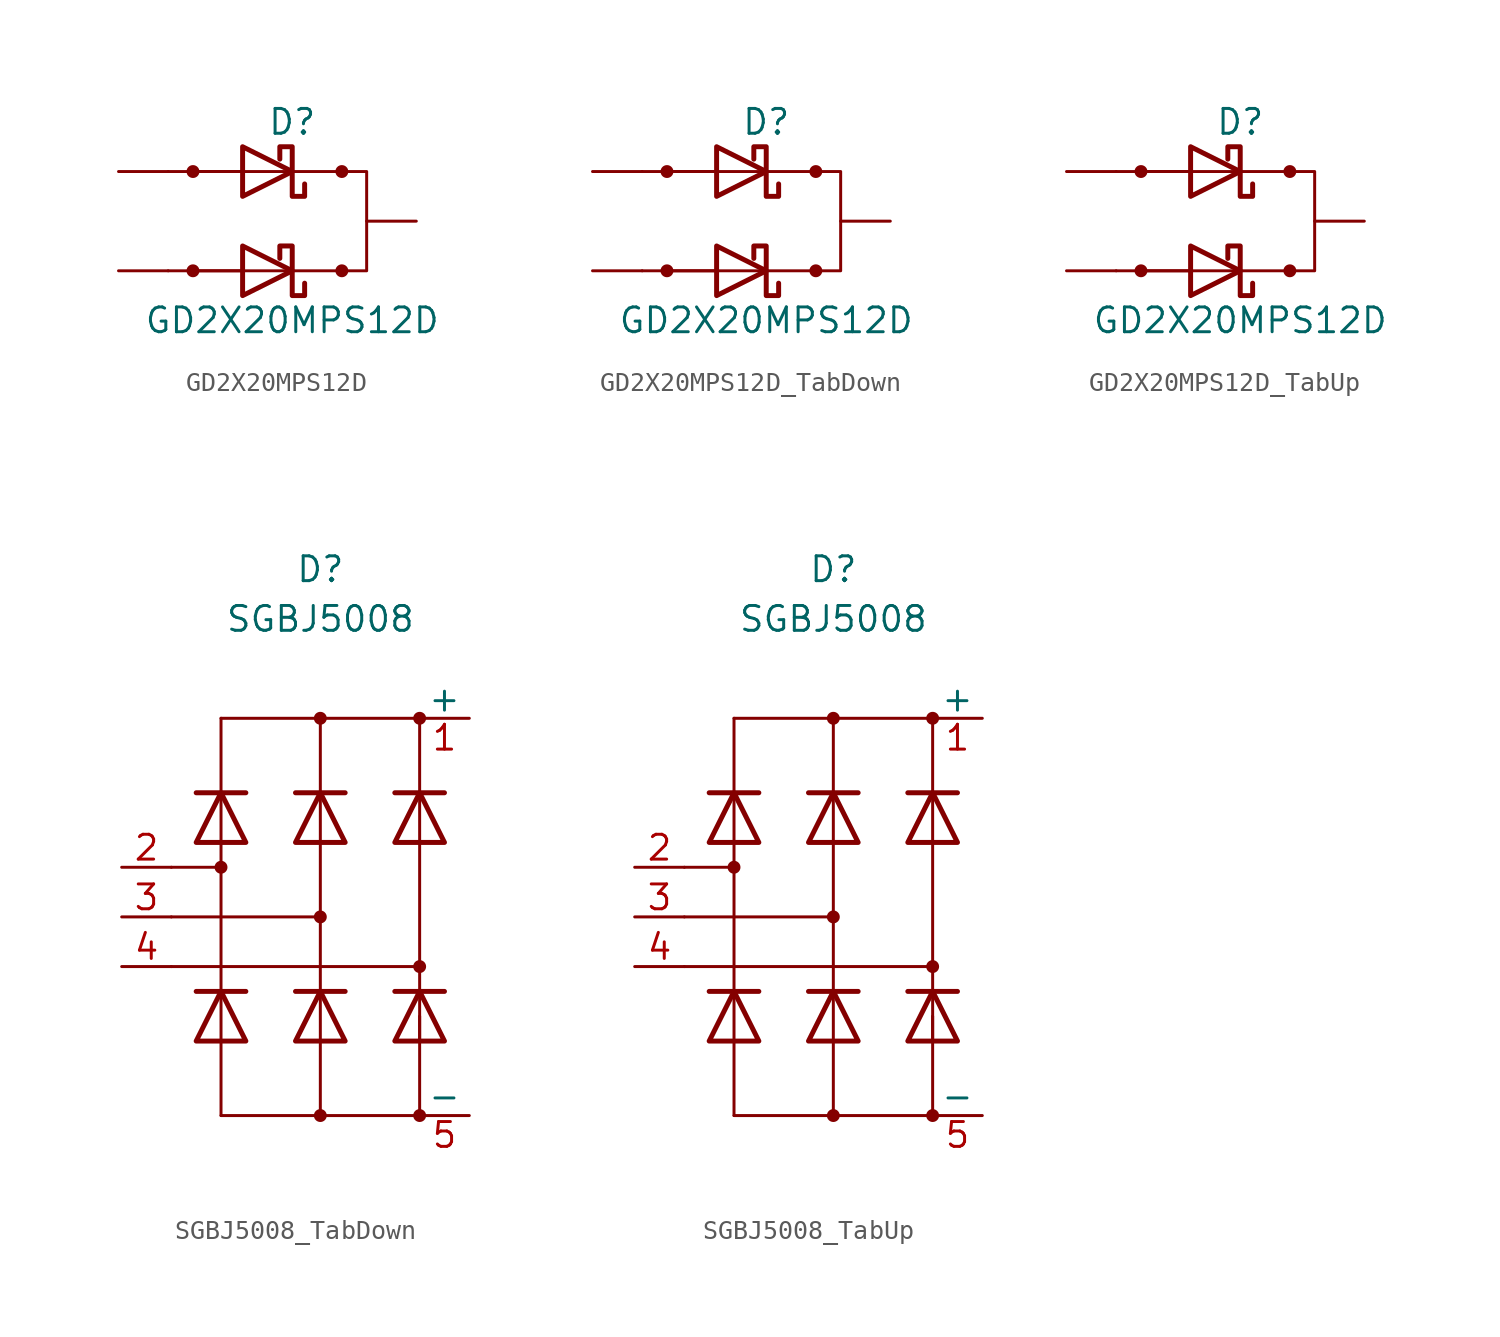
<source format=kicad_sym>
(kicad_symbol_lib
  (version 20220914)
  (generator kicad_symbol_editor)
  (symbol "GD2X20MPS12D"
    (pin_numbers hide)
    (pin_names
      (offset 1.016) hide)
    (property "Reference" "D"
      (at 0 5.08 0)
      (effects (font (size 1.27 1.27))))
    (property "Value" "GD2X20MPS12D"
      (at 0 -5.08 0)
      (effects (font (size 1.27 1.27))))
    (symbol "GD2X20MPS12D_0_1"
      (circle (center -5.08 -2.54) (radius 0.254) (stroke (width 0) (type default)) (fill (type outline)))
      (circle (center -5.08 2.54) (radius 0.254) (stroke (width 0) (type default)) (fill (type outline)))
      (polyline (pts (xy -6.35 -2.54) (xy -5.08 -2.54)) (stroke (width 0) (type default)) (fill (type none)))
      (polyline (pts (xy -6.35 2.54) (xy -5.08 2.54)) (stroke (width 0) (type default)) (fill (type none)))
      (polyline (pts (xy -5.08 -2.54) (xy -2.54 -2.54)) (stroke (width 0) (type default)) (fill (type none)))
      (polyline (pts (xy -5.08 -2.54) (xy -2.54 -2.54)) (stroke (width 0) (type default)) (fill (type none)))
      (polyline (pts (xy -5.08 2.54) (xy -2.54 2.54)) (stroke (width 0) (type default)) (fill (type none)))
      (polyline (pts (xy -5.08 2.54) (xy -2.54 2.54)) (stroke (width 0) (type default)) (fill (type none)))
      (polyline (pts (xy -2.54 -2.54) (xy 0 -2.54)) (stroke (width 0) (type default)) (fill (type none)))
      (polyline (pts (xy -2.54 2.54) (xy 0 2.54)) (stroke (width 0) (type default)) (fill (type none)))
      (polyline (pts (xy -2.54 -3.81) (xy -2.54 -1.27) (xy 0 -2.54) (xy -2.54 -3.81)) (stroke (width 0.254) (type default)) (fill (type none)))
      (polyline (pts (xy -2.54 1.27) (xy -2.54 3.81) (xy 0 2.54) (xy -2.54 1.27)) (stroke (width 0.254) (type default)) (fill (type none)))
      (polyline (pts (xy 0 -2.54) (xy 2.54 -2.54) (xy 2.54 -2.54) (xy 2.54 -2.54)) (stroke (width 0) (type default)) (fill (type none)))
      (polyline (pts (xy 0 2.54) (xy 2.54 2.54) (xy 2.54 2.54) (xy 2.54 2.54)) (stroke (width 0) (type default)) (fill (type none)))
      (polyline (pts (xy 2.54 2.54) (xy 3.81 2.54) (xy 3.81 -2.54) (xy 2.54 -2.54)) (stroke (width 0) (type default)) (fill (type none)))
      (polyline (pts (xy 0.635 -3.175) (xy 0.635 -3.81) (xy 0 -3.81) (xy 0 -1.27) (xy -0.635 -1.27) (xy -0.635 -1.905)) (stroke (width 0.254) (type default)) (fill (type none)))
      (polyline (pts (xy 0.635 1.905) (xy 0.635 1.27) (xy 0 1.27) (xy 0 3.81) (xy -0.635 3.81) (xy -0.635 3.175)) (stroke (width 0.254) (type default)) (fill (type none)))
      (circle (center 2.54 -2.54) (radius 0.254) (stroke (width 0) (type default)) (fill (type outline)))
      (circle (center 2.54 2.54) (radius 0.254) (stroke (width 0) (type default)) (fill (type outline))))
    (symbol "GD2X20MPS12D_1_1"
      (pin passive line (at -8.89 2.54 0) (length 2.54) (name "A1" (effects (font (size 1.27 1.27)))) (number "1" (effects (font (size 1.27 1.27)))))
      (pin passive line (at 6.35 0 180) (length 2.54) (name "K" (effects (font (size 1.27 1.27)))) (number "2" (effects (font (size 1.27 1.27)))))
      (pin passive line (at -8.89 -2.54 0) (length 2.54) (name "A2" (effects (font (size 1.27 1.27)))) (number "3" (effects (font (size 1.27 1.27)))))))
  (symbol "GD2X20MPS12D_TabDown"
    (pin_numbers hide)
    (pin_names
      (offset 1.016) hide)
    (property "Reference" "D"
      (at 0 5.08 0)
      (effects (font (size 1.27 1.27))))
    (property "Value" "GD2X20MPS12D"
      (at 0 -5.08 0)
      (effects (font (size 1.27 1.27))))
    (symbol "GD2X20MPS12D_TabDown_0_1"
      (circle (center -5.08 -2.54) (radius 0.254) (stroke (width 0) (type default)) (fill (type outline)))
      (circle (center -5.08 2.54) (radius 0.254) (stroke (width 0) (type default)) (fill (type outline)))
      (polyline (pts (xy -6.35 -2.54) (xy -5.08 -2.54)) (stroke (width 0) (type default)) (fill (type none)))
      (polyline (pts (xy -6.35 2.54) (xy -5.08 2.54)) (stroke (width 0) (type default)) (fill (type none)))
      (polyline (pts (xy -5.08 -2.54) (xy -2.54 -2.54)) (stroke (width 0) (type default)) (fill (type none)))
      (polyline (pts (xy -5.08 -2.54) (xy -2.54 -2.54)) (stroke (width 0) (type default)) (fill (type none)))
      (polyline (pts (xy -5.08 2.54) (xy -2.54 2.54)) (stroke (width 0) (type default)) (fill (type none)))
      (polyline (pts (xy -5.08 2.54) (xy -2.54 2.54)) (stroke (width 0) (type default)) (fill (type none)))
      (polyline (pts (xy -2.54 -2.54) (xy 0 -2.54)) (stroke (width 0) (type default)) (fill (type none)))
      (polyline (pts (xy -2.54 2.54) (xy 0 2.54)) (stroke (width 0) (type default)) (fill (type none)))
      (polyline (pts (xy -2.54 -3.81) (xy -2.54 -1.27) (xy 0 -2.54) (xy -2.54 -3.81)) (stroke (width 0.254) (type default)) (fill (type none)))
      (polyline (pts (xy -2.54 1.27) (xy -2.54 3.81) (xy 0 2.54) (xy -2.54 1.27)) (stroke (width 0.254) (type default)) (fill (type none)))
      (polyline (pts (xy 0 -2.54) (xy 2.54 -2.54) (xy 2.54 -2.54) (xy 2.54 -2.54)) (stroke (width 0) (type default)) (fill (type none)))
      (polyline (pts (xy 0 2.54) (xy 2.54 2.54) (xy 2.54 2.54) (xy 2.54 2.54)) (stroke (width 0) (type default)) (fill (type none)))
      (polyline (pts (xy 2.54 2.54) (xy 3.81 2.54) (xy 3.81 -2.54) (xy 2.54 -2.54)) (stroke (width 0) (type default)) (fill (type none)))
      (polyline (pts (xy 0.635 -3.175) (xy 0.635 -3.81) (xy 0 -3.81) (xy 0 -1.27) (xy -0.635 -1.27) (xy -0.635 -1.905)) (stroke (width 0.254) (type default)) (fill (type none)))
      (polyline (pts (xy 0.635 1.905) (xy 0.635 1.27) (xy 0 1.27) (xy 0 3.81) (xy -0.635 3.81) (xy -0.635 3.175)) (stroke (width 0.254) (type default)) (fill (type none)))
      (circle (center 2.54 -2.54) (radius 0.254) (stroke (width 0) (type default)) (fill (type outline)))
      (circle (center 2.54 2.54) (radius 0.254) (stroke (width 0) (type default)) (fill (type outline))))
    (symbol "GD2X20MPS12D_TabDown_1_1"
      (pin passive line (at -8.89 2.54 0) (length 2.54) (name "A1" (effects (font (size 1.27 1.27)))) (number "1" (effects (font (size 1.27 1.27)))))
      (pin passive line (at 6.35 0 180) (length 2.54) (name "K" (effects (font (size 1.27 1.27)))) (number "2" (effects (font (size 1.27 1.27)))))
      (pin passive line (at -8.89 -2.54 0) (length 2.54) (name "A2" (effects (font (size 1.27 1.27)))) (number "3" (effects (font (size 1.27 1.27)))))))
  (symbol "GD2X20MPS12D_TabUp"
    (pin_numbers hide)
    (pin_names
      (offset 1.016) hide)
    (property "Reference" "D"
      (at 0 5.08 0)
      (effects (font (size 1.27 1.27))))
    (property "Value" "GD2X20MPS12D"
      (at 0 -5.08 0)
      (effects (font (size 1.27 1.27))))
    (symbol "GD2X20MPS12D_TabUp_0_1"
      (circle (center -5.08 -2.54) (radius 0.254) (stroke (width 0) (type default)) (fill (type outline)))
      (circle (center -5.08 2.54) (radius 0.254) (stroke (width 0) (type default)) (fill (type outline)))
      (polyline (pts (xy -6.35 -2.54) (xy -5.08 -2.54)) (stroke (width 0) (type default)) (fill (type none)))
      (polyline (pts (xy -6.35 2.54) (xy -5.08 2.54)) (stroke (width 0) (type default)) (fill (type none)))
      (polyline (pts (xy -5.08 -2.54) (xy -2.54 -2.54)) (stroke (width 0) (type default)) (fill (type none)))
      (polyline (pts (xy -5.08 -2.54) (xy -2.54 -2.54)) (stroke (width 0) (type default)) (fill (type none)))
      (polyline (pts (xy -5.08 2.54) (xy -2.54 2.54)) (stroke (width 0) (type default)) (fill (type none)))
      (polyline (pts (xy -5.08 2.54) (xy -2.54 2.54)) (stroke (width 0) (type default)) (fill (type none)))
      (polyline (pts (xy -2.54 -2.54) (xy 0 -2.54)) (stroke (width 0) (type default)) (fill (type none)))
      (polyline (pts (xy -2.54 2.54) (xy 0 2.54)) (stroke (width 0) (type default)) (fill (type none)))
      (polyline (pts (xy -2.54 -3.81) (xy -2.54 -1.27) (xy 0 -2.54) (xy -2.54 -3.81)) (stroke (width 0.254) (type default)) (fill (type none)))
      (polyline (pts (xy -2.54 1.27) (xy -2.54 3.81) (xy 0 2.54) (xy -2.54 1.27)) (stroke (width 0.254) (type default)) (fill (type none)))
      (polyline (pts (xy 0 -2.54) (xy 2.54 -2.54) (xy 2.54 -2.54) (xy 2.54 -2.54)) (stroke (width 0) (type default)) (fill (type none)))
      (polyline (pts (xy 0 2.54) (xy 2.54 2.54) (xy 2.54 2.54) (xy 2.54 2.54)) (stroke (width 0) (type default)) (fill (type none)))
      (polyline (pts (xy 2.54 2.54) (xy 3.81 2.54) (xy 3.81 -2.54) (xy 2.54 -2.54)) (stroke (width 0) (type default)) (fill (type none)))
      (polyline (pts (xy 0.635 -3.175) (xy 0.635 -3.81) (xy 0 -3.81) (xy 0 -1.27) (xy -0.635 -1.27) (xy -0.635 -1.905)) (stroke (width 0.254) (type default)) (fill (type none)))
      (polyline (pts (xy 0.635 1.905) (xy 0.635 1.27) (xy 0 1.27) (xy 0 3.81) (xy -0.635 3.81) (xy -0.635 3.175)) (stroke (width 0.254) (type default)) (fill (type none)))
      (circle (center 2.54 -2.54) (radius 0.254) (stroke (width 0) (type default)) (fill (type outline)))
      (circle (center 2.54 2.54) (radius 0.254) (stroke (width 0) (type default)) (fill (type outline))))
    (symbol "GD2X20MPS12D_TabUp_1_1"
      (pin passive line (at -8.89 2.54 0) (length 2.54) (name "A1" (effects (font (size 1.27 1.27)))) (number "1" (effects (font (size 1.27 1.27)))))
      (pin passive line (at 6.35 0 180) (length 2.54) (name "K" (effects (font (size 1.27 1.27)))) (number "2" (effects (font (size 1.27 1.27)))))
      (pin passive line (at -8.89 -2.54 0) (length 2.54) (name "A2" (effects (font (size 1.27 1.27)))) (number "3" (effects (font (size 1.27 1.27)))))))
  (symbol "SGBJ5008_TabDown"
    (pin_names
      (offset 0))
    (property "Reference" "D"
      (at 0 17.78 0)
      (effects (font (size 1.27 1.27))))
    (property "Value" "SGBJ5008"
      (at 0 15.24 0)
      (effects (font (size 1.27 1.27))))
    (symbol "SGBJ5008_TabDown_0_1"
      (circle (center -5.08 2.54) (radius 0.254) (stroke (width 0) (type default)) (fill (type outline)))
      (circle (center 0 -10.16) (radius 0.254) (stroke (width 0) (type default)) (fill (type outline)))
      (polyline (pts (xy -7.62 -2.54) (xy 5.08 -2.54)) (stroke (width 0) (type default)) (fill (type none)))
      (polyline (pts (xy -7.62 0) (xy 0 0)) (stroke (width 0) (type default)) (fill (type none)))
      (polyline (pts (xy -7.62 2.54) (xy -5.08 2.54)) (stroke (width 0) (type default)) (fill (type none)))
      (polyline (pts (xy -5.08 -10.16) (xy 5.08 -10.16)) (stroke (width 0) (type default)) (fill (type none)))
      (polyline (pts (xy -5.08 -6.35) (xy -5.08 -10.16)) (stroke (width 0) (type default)) (fill (type none)))
      (polyline (pts (xy -5.08 3.81) (xy -5.08 -3.81)) (stroke (width 0) (type default)) (fill (type none)))
      (polyline (pts (xy -5.08 10.16) (xy -5.08 6.35)) (stroke (width 0) (type default)) (fill (type none)))
      (polyline (pts (xy -5.08 10.16) (xy 5.08 10.16)) (stroke (width 0) (type default)) (fill (type none)))
      (polyline (pts (xy 0 -6.35) (xy 0 -10.16)) (stroke (width 0) (type default)) (fill (type none)))
      (polyline (pts (xy 0 3.81) (xy 0 -3.81)) (stroke (width 0) (type default)) (fill (type none)))
      (polyline (pts (xy 0 6.35) (xy 0 10.16)) (stroke (width 0) (type default)) (fill (type none)))
      (polyline (pts (xy 5.08 -10.16) (xy 5.08 -5.08)) (stroke (width 0) (type default)) (fill (type none)))
      (polyline (pts (xy 5.08 3.81) (xy 5.08 -3.81)) (stroke (width 0) (type default)) (fill (type none)))
      (polyline (pts (xy 5.08 10.16) (xy 5.08 6.35)) (stroke (width 0) (type default)) (fill (type none)))
      (circle (center 0 0) (radius 0.254) (stroke (width 0) (type default)) (fill (type outline)))
      (circle (center 0 10.16) (radius 0.254) (stroke (width 0) (type default)) (fill (type outline)))
      (circle (center 5.08 -10.16) (radius 0.254) (stroke (width 0) (type default)) (fill (type outline)))
      (circle (center 5.08 -2.54) (radius 0.254) (stroke (width 0) (type default)) (fill (type outline)))
      (circle (center 5.08 10.16) (radius 0.254) (stroke (width 0) (type default)) (fill (type outline))))
    (symbol "SGBJ5008_TabDown_1_1"
      (polyline (pts (xy -5.08 -6.35) (xy -5.08 -3.81)) (stroke (width 0) (type default)) (fill (type none)))
      (polyline (pts (xy -5.08 3.81) (xy -5.08 6.35)) (stroke (width 0) (type default)) (fill (type none)))
      (polyline (pts (xy -3.81 -3.81) (xy -6.35 -3.81)) (stroke (width 0.254) (type default)) (fill (type none)))
      (polyline (pts (xy -3.81 6.35) (xy -6.35 6.35)) (stroke (width 0.254) (type default)) (fill (type none)))
      (polyline (pts (xy 0 -6.35) (xy 0 -3.81)) (stroke (width 0) (type default)) (fill (type none)))
      (polyline (pts (xy 0 3.81) (xy 0 6.35)) (stroke (width 0) (type default)) (fill (type none)))
      (polyline (pts (xy 1.27 -3.81) (xy -1.27 -3.81)) (stroke (width 0.254) (type default)) (fill (type none)))
      (polyline (pts (xy 1.27 6.35) (xy -1.27 6.35)) (stroke (width 0.254) (type default)) (fill (type none)))
      (polyline (pts (xy 5.08 -6.35) (xy 5.08 -3.81)) (stroke (width 0) (type default)) (fill (type none)))
      (polyline (pts (xy 5.08 3.81) (xy 5.08 6.35)) (stroke (width 0) (type default)) (fill (type none)))
      (polyline (pts (xy 6.35 -3.81) (xy 3.81 -3.81)) (stroke (width 0.254) (type default)) (fill (type none)))
      (polyline (pts (xy 6.35 6.35) (xy 3.81 6.35)) (stroke (width 0.254) (type default)) (fill (type none)))
      (polyline (pts (xy -3.81 -6.35) (xy -6.35 -6.35) (xy -5.08 -3.81) (xy -3.81 -6.35)) (stroke (width 0.254) (type default)) (fill (type none)))
      (polyline (pts (xy -3.81 3.81) (xy -6.35 3.81) (xy -5.08 6.35) (xy -3.81 3.81)) (stroke (width 0.254) (type default)) (fill (type none)))
      (polyline (pts (xy 1.27 -6.35) (xy -1.27 -6.35) (xy 0 -3.81) (xy 1.27 -6.35)) (stroke (width 0.254) (type default)) (fill (type none)))
      (polyline (pts (xy 1.27 3.81) (xy -1.27 3.81) (xy 0 6.35) (xy 1.27 3.81)) (stroke (width 0.254) (type default)) (fill (type none)))
      (polyline (pts (xy 6.35 -6.35) (xy 3.81 -6.35) (xy 5.08 -3.81) (xy 6.35 -6.35)) (stroke (width 0.254) (type default)) (fill (type none)))
      (polyline (pts (xy 6.35 3.81) (xy 3.81 3.81) (xy 5.08 6.35) (xy 6.35 3.81)) (stroke (width 0.254) (type default)) (fill (type none)))
      (pin passive line (at 7.62 10.16 180) (length 2.54) (name "+" (effects (font (size 1.27 1.27)))) (number "1" (effects (font (size 1.27 1.27)))))
      (pin passive line (at -10.16 2.54 0) (length 2.54) (name "~" (effects (font (size 1.27 1.27)))) (number "2" (effects (font (size 1.27 1.27)))))
      (pin passive line (at -10.16 0 0) (length 2.54) (name "~" (effects (font (size 1.27 1.27)))) (number "3" (effects (font (size 1.27 1.27)))))
      (pin passive line (at -10.16 -2.54 0) (length 2.54) (name "~" (effects (font (size 1.27 1.27)))) (number "4" (effects (font (size 1.27 1.27)))))
      (pin passive line (at 7.62 -10.16 180) (length 2.54) (name "-" (effects (font (size 1.27 1.27)))) (number "5" (effects (font (size 1.27 1.27)))))))
  (symbol "SGBJ5008_TabUp"
    (pin_names
      (offset 0))
    (property "Reference" "D"
      (at 0 17.78 0)
      (effects (font (size 1.27 1.27))))
    (property "Value" "SGBJ5008"
      (at 0 15.24 0)
      (effects (font (size 1.27 1.27))))
    (symbol "SGBJ5008_TabUp_0_1"
      (circle (center -5.08 2.54) (radius 0.254) (stroke (width 0) (type default)) (fill (type outline)))
      (circle (center 0 -10.16) (radius 0.254) (stroke (width 0) (type default)) (fill (type outline)))
      (polyline (pts (xy -7.62 -2.54) (xy 5.08 -2.54)) (stroke (width 0) (type default)) (fill (type none)))
      (polyline (pts (xy -7.62 0) (xy 0 0)) (stroke (width 0) (type default)) (fill (type none)))
      (polyline (pts (xy -7.62 2.54) (xy -5.08 2.54)) (stroke (width 0) (type default)) (fill (type none)))
      (polyline (pts (xy -5.08 -10.16) (xy 5.08 -10.16)) (stroke (width 0) (type default)) (fill (type none)))
      (polyline (pts (xy -5.08 -6.35) (xy -5.08 -10.16)) (stroke (width 0) (type default)) (fill (type none)))
      (polyline (pts (xy -5.08 3.81) (xy -5.08 -3.81)) (stroke (width 0) (type default)) (fill (type none)))
      (polyline (pts (xy -5.08 10.16) (xy -5.08 6.35)) (stroke (width 0) (type default)) (fill (type none)))
      (polyline (pts (xy -5.08 10.16) (xy 5.08 10.16)) (stroke (width 0) (type default)) (fill (type none)))
      (polyline (pts (xy 0 -6.35) (xy 0 -10.16)) (stroke (width 0) (type default)) (fill (type none)))
      (polyline (pts (xy 0 3.81) (xy 0 -3.81)) (stroke (width 0) (type default)) (fill (type none)))
      (polyline (pts (xy 0 6.35) (xy 0 10.16)) (stroke (width 0) (type default)) (fill (type none)))
      (polyline (pts (xy 5.08 -10.16) (xy 5.08 -5.08)) (stroke (width 0) (type default)) (fill (type none)))
      (polyline (pts (xy 5.08 3.81) (xy 5.08 -3.81)) (stroke (width 0) (type default)) (fill (type none)))
      (polyline (pts (xy 5.08 10.16) (xy 5.08 6.35)) (stroke (width 0) (type default)) (fill (type none)))
      (circle (center 0 0) (radius 0.254) (stroke (width 0) (type default)) (fill (type outline)))
      (circle (center 0 10.16) (radius 0.254) (stroke (width 0) (type default)) (fill (type outline)))
      (circle (center 5.08 -10.16) (radius 0.254) (stroke (width 0) (type default)) (fill (type outline)))
      (circle (center 5.08 -2.54) (radius 0.254) (stroke (width 0) (type default)) (fill (type outline)))
      (circle (center 5.08 10.16) (radius 0.254) (stroke (width 0) (type default)) (fill (type outline))))
    (symbol "SGBJ5008_TabUp_1_1"
      (polyline (pts (xy -5.08 -6.35) (xy -5.08 -3.81)) (stroke (width 0) (type default)) (fill (type none)))
      (polyline (pts (xy -5.08 3.81) (xy -5.08 6.35)) (stroke (width 0) (type default)) (fill (type none)))
      (polyline (pts (xy -3.81 -3.81) (xy -6.35 -3.81)) (stroke (width 0.254) (type default)) (fill (type none)))
      (polyline (pts (xy -3.81 6.35) (xy -6.35 6.35)) (stroke (width 0.254) (type default)) (fill (type none)))
      (polyline (pts (xy 0 -6.35) (xy 0 -3.81)) (stroke (width 0) (type default)) (fill (type none)))
      (polyline (pts (xy 0 3.81) (xy 0 6.35)) (stroke (width 0) (type default)) (fill (type none)))
      (polyline (pts (xy 1.27 -3.81) (xy -1.27 -3.81)) (stroke (width 0.254) (type default)) (fill (type none)))
      (polyline (pts (xy 1.27 6.35) (xy -1.27 6.35)) (stroke (width 0.254) (type default)) (fill (type none)))
      (polyline (pts (xy 5.08 -6.35) (xy 5.08 -3.81)) (stroke (width 0) (type default)) (fill (type none)))
      (polyline (pts (xy 5.08 3.81) (xy 5.08 6.35)) (stroke (width 0) (type default)) (fill (type none)))
      (polyline (pts (xy 6.35 -3.81) (xy 3.81 -3.81)) (stroke (width 0.254) (type default)) (fill (type none)))
      (polyline (pts (xy 6.35 6.35) (xy 3.81 6.35)) (stroke (width 0.254) (type default)) (fill (type none)))
      (polyline (pts (xy -3.81 -6.35) (xy -6.35 -6.35) (xy -5.08 -3.81) (xy -3.81 -6.35)) (stroke (width 0.254) (type default)) (fill (type none)))
      (polyline (pts (xy -3.81 3.81) (xy -6.35 3.81) (xy -5.08 6.35) (xy -3.81 3.81)) (stroke (width 0.254) (type default)) (fill (type none)))
      (polyline (pts (xy 1.27 -6.35) (xy -1.27 -6.35) (xy 0 -3.81) (xy 1.27 -6.35)) (stroke (width 0.254) (type default)) (fill (type none)))
      (polyline (pts (xy 1.27 3.81) (xy -1.27 3.81) (xy 0 6.35) (xy 1.27 3.81)) (stroke (width 0.254) (type default)) (fill (type none)))
      (polyline (pts (xy 6.35 -6.35) (xy 3.81 -6.35) (xy 5.08 -3.81) (xy 6.35 -6.35)) (stroke (width 0.254) (type default)) (fill (type none)))
      (polyline (pts (xy 6.35 3.81) (xy 3.81 3.81) (xy 5.08 6.35) (xy 6.35 3.81)) (stroke (width 0.254) (type default)) (fill (type none)))
      (pin passive line (at 7.62 10.16 180) (length 2.54) (name "+" (effects (font (size 1.27 1.27)))) (number "1" (effects (font (size 1.27 1.27)))))
      (pin passive line (at -10.16 2.54 0) (length 2.54) (name "~" (effects (font (size 1.27 1.27)))) (number "2" (effects (font (size 1.27 1.27)))))
      (pin passive line (at -10.16 0 0) (length 2.54) (name "~" (effects (font (size 1.27 1.27)))) (number "3" (effects (font (size 1.27 1.27)))))
      (pin passive line (at -10.16 -2.54 0) (length 2.54) (name "~" (effects (font (size 1.27 1.27)))) (number "4" (effects (font (size 1.27 1.27)))))
      (pin passive line (at 7.62 -10.16 180) (length 2.54) (name "-" (effects (font (size 1.27 1.27)))) (number "5" (effects (font (size 1.27 1.27))))))))
</source>
